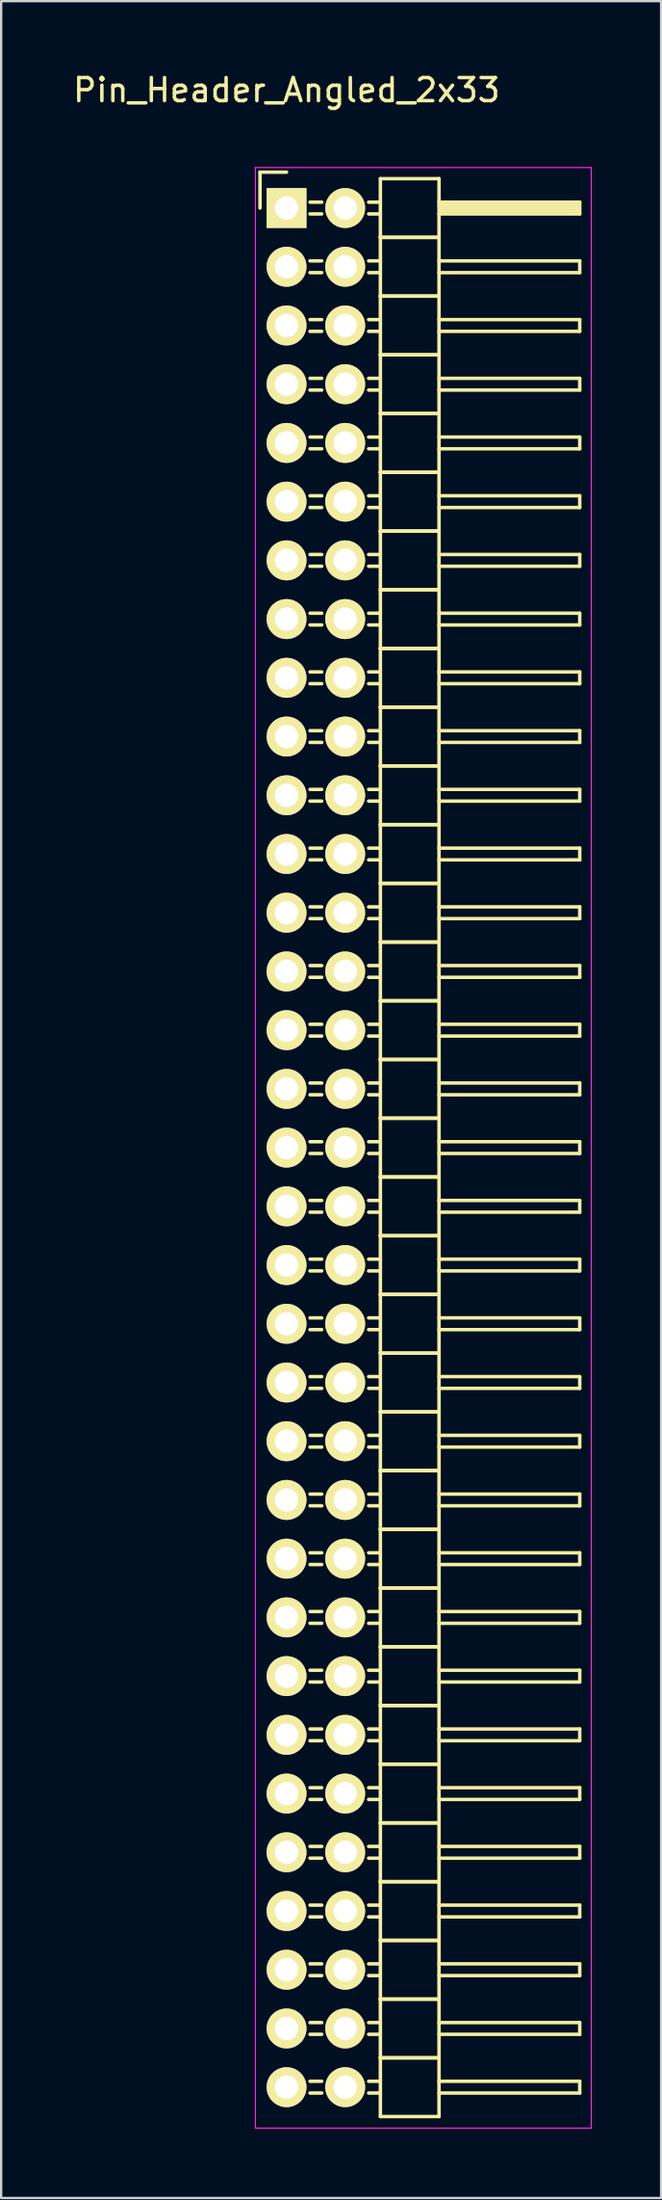
<source format=kicad_pcb>
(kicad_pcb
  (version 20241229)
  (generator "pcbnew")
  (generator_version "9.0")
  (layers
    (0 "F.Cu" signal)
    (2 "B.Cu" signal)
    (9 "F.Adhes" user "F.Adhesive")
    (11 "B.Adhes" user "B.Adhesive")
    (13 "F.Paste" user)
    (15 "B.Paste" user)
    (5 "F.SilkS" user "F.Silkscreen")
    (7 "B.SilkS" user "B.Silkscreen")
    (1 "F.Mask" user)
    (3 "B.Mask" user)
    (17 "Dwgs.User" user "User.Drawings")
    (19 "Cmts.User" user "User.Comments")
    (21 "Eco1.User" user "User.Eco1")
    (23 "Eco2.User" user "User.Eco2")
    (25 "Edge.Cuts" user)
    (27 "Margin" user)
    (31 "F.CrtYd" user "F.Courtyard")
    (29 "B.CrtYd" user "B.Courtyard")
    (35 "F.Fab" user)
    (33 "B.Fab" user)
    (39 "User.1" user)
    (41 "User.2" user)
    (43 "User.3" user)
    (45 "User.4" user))
  (footprint "Pin_Header_Angled_2x33"
    (layer "F.Cu")
    (at 9.363 5.948)
    (property "Reference" "Pin_Header_Angled_2x33" (at 0 -5.1 0) (layer "F.SilkS") (effects (font (size 1 1) (thickness 0.15))))
    (attr through_hole)
    (fp_line (start -1.15 -1.55) (end -1.15 0) (stroke (width 0.15) (type solid)) (layer "F.SilkS"))
    (fp_line (start 0 -1.55) (end -1.15 -1.55) (stroke (width 0.15) (type solid)) (layer "F.SilkS"))
    (fp_line (start 1.524 -0.254) (end 1.016 -0.254) (stroke (width 0.15) (type solid)) (layer "F.SilkS"))
    (fp_line (start 1.524 0.254) (end 1.016 0.254) (stroke (width 0.15) (type solid)) (layer "F.SilkS"))
    (fp_line (start 1.524 2.286) (end 1.016 2.286) (stroke (width 0.15) (type solid)) (layer "F.SilkS"))
    (fp_line (start 1.524 2.794) (end 1.016 2.794) (stroke (width 0.15) (type solid)) (layer "F.SilkS"))
    (fp_line (start 1.524 4.826) (end 1.016 4.826) (stroke (width 0.15) (type solid)) (layer "F.SilkS"))
    (fp_line (start 1.524 5.334) (end 1.016 5.334) (stroke (width 0.15) (type solid)) (layer "F.SilkS"))
    (fp_line (start 1.524 7.366) (end 1.016 7.366) (stroke (width 0.15) (type solid)) (layer "F.SilkS"))
    (fp_line (start 1.524 7.874) (end 1.016 7.874) (stroke (width 0.15) (type solid)) (layer "F.SilkS"))
    (fp_line (start 1.524 9.906) (end 1.016 9.906) (stroke (width 0.15) (type solid)) (layer "F.SilkS"))
    (fp_line (start 1.524 10.414) (end 1.016 10.414) (stroke (width 0.15) (type solid)) (layer "F.SilkS"))
    (fp_line (start 1.524 12.446) (end 1.016 12.446) (stroke (width 0.15) (type solid)) (layer "F.SilkS"))
    (fp_line (start 1.524 12.954) (end 1.016 12.954) (stroke (width 0.15) (type solid)) (layer "F.SilkS"))
    (fp_line (start 1.524 14.986) (end 1.016 14.986) (stroke (width 0.15) (type solid)) (layer "F.SilkS"))
    (fp_line (start 1.524 15.494) (end 1.016 15.494) (stroke (width 0.15) (type solid)) (layer "F.SilkS"))
    (fp_line (start 1.524 17.526) (end 1.016 17.526) (stroke (width 0.15) (type solid)) (layer "F.SilkS"))
    (fp_line (start 1.524 18.034) (end 1.016 18.034) (stroke (width 0.15) (type solid)) (layer "F.SilkS"))
    (fp_line (start 1.524 20.066) (end 1.016 20.066) (stroke (width 0.15) (type solid)) (layer "F.SilkS"))
    (fp_line (start 1.524 20.574) (end 1.016 20.574) (stroke (width 0.15) (type solid)) (layer "F.SilkS"))
    (fp_line (start 1.524 22.606) (end 1.016 22.606) (stroke (width 0.15) (type solid)) (layer "F.SilkS"))
    (fp_line (start 1.524 23.114) (end 1.016 23.114) (stroke (width 0.15) (type solid)) (layer "F.SilkS"))
    (fp_line (start 1.524 25.146) (end 1.016 25.146) (stroke (width 0.15) (type solid)) (layer "F.SilkS"))
    (fp_line (start 1.524 25.654) (end 1.016 25.654) (stroke (width 0.15) (type solid)) (layer "F.SilkS"))
    (fp_line (start 1.524 27.686) (end 1.016 27.686) (stroke (width 0.15) (type solid)) (layer "F.SilkS"))
    (fp_line (start 1.524 28.194) (end 1.016 28.194) (stroke (width 0.15) (type solid)) (layer "F.SilkS"))
    (fp_line (start 1.524 30.226) (end 1.016 30.226) (stroke (width 0.15) (type solid)) (layer "F.SilkS"))
    (fp_line (start 1.524 30.734) (end 1.016 30.734) (stroke (width 0.15) (type solid)) (layer "F.SilkS"))
    (fp_line (start 1.524 32.766) (end 1.016 32.766) (stroke (width 0.15) (type solid)) (layer "F.SilkS"))
    (fp_line (start 1.524 33.274) (end 1.016 33.274) (stroke (width 0.15) (type solid)) (layer "F.SilkS"))
    (fp_line (start 1.524 35.306) (end 1.016 35.306) (stroke (width 0.15) (type solid)) (layer "F.SilkS"))
    (fp_line (start 1.524 35.814) (end 1.016 35.814) (stroke (width 0.15) (type solid)) (layer "F.SilkS"))
    (fp_line (start 1.524 37.846) (end 1.016 37.846) (stroke (width 0.15) (type solid)) (layer "F.SilkS"))
    (fp_line (start 1.524 38.354) (end 1.016 38.354) (stroke (width 0.15) (type solid)) (layer "F.SilkS"))
    (fp_line (start 1.524 40.386) (end 1.016 40.386) (stroke (width 0.15) (type solid)) (layer "F.SilkS"))
    (fp_line (start 1.524 40.894) (end 1.016 40.894) (stroke (width 0.15) (type solid)) (layer "F.SilkS"))
    (fp_line (start 1.524 42.926) (end 1.016 42.926) (stroke (width 0.15) (type solid)) (layer "F.SilkS"))
    (fp_line (start 1.524 43.434) (end 1.016 43.434) (stroke (width 0.15) (type solid)) (layer "F.SilkS"))
    (fp_line (start 1.524 45.466) (end 1.016 45.466) (stroke (width 0.15) (type solid)) (layer "F.SilkS"))
    (fp_line (start 1.524 45.974) (end 1.016 45.974) (stroke (width 0.15) (type solid)) (layer "F.SilkS"))
    (fp_line (start 1.524 48.006) (end 1.016 48.006) (stroke (width 0.15) (type solid)) (layer "F.SilkS"))
    (fp_line (start 1.524 48.514) (end 1.016 48.514) (stroke (width 0.15) (type solid)) (layer "F.SilkS"))
    (fp_line (start 1.524 50.546) (end 1.016 50.546) (stroke (width 0.15) (type solid)) (layer "F.SilkS"))
    (fp_line (start 1.524 51.054) (end 1.016 51.054) (stroke (width 0.15) (type solid)) (layer "F.SilkS"))
    (fp_line (start 1.524 53.086) (end 1.016 53.086) (stroke (width 0.15) (type solid)) (layer "F.SilkS"))
    (fp_line (start 1.524 53.594) (end 1.016 53.594) (stroke (width 0.15) (type solid)) (layer "F.SilkS"))
    (fp_line (start 1.524 55.626) (end 1.016 55.626) (stroke (width 0.15) (type solid)) (layer "F.SilkS"))
    (fp_line (start 1.524 56.134) (end 1.016 56.134) (stroke (width 0.15) (type solid)) (layer "F.SilkS"))
    (fp_line (start 1.524 58.166) (end 1.016 58.166) (stroke (width 0.15) (type solid)) (layer "F.SilkS"))
    (fp_line (start 1.524 58.674) (end 1.016 58.674) (stroke (width 0.15) (type solid)) (layer "F.SilkS"))
    (fp_line (start 1.524 60.706) (end 1.016 60.706) (stroke (width 0.15) (type solid)) (layer "F.SilkS"))
    (fp_line (start 1.524 61.214) (end 1.016 61.214) (stroke (width 0.15) (type solid)) (layer "F.SilkS"))
    (fp_line (start 1.524 63.246) (end 1.016 63.246) (stroke (width 0.15) (type solid)) (layer "F.SilkS"))
    (fp_line (start 1.524 63.754) (end 1.016 63.754) (stroke (width 0.15) (type solid)) (layer "F.SilkS"))
    (fp_line (start 1.524 65.786) (end 1.016 65.786) (stroke (width 0.15) (type solid)) (layer "F.SilkS"))
    (fp_line (start 1.524 66.294) (end 1.016 66.294) (stroke (width 0.15) (type solid)) (layer "F.SilkS"))
    (fp_line (start 1.524 68.326) (end 1.016 68.326) (stroke (width 0.15) (type solid)) (layer "F.SilkS"))
    (fp_line (start 1.524 68.834) (end 1.016 68.834) (stroke (width 0.15) (type solid)) (layer "F.SilkS"))
    (fp_line (start 1.524 70.866) (end 1.016 70.866) (stroke (width 0.15) (type solid)) (layer "F.SilkS"))
    (fp_line (start 1.524 71.374) (end 1.016 71.374) (stroke (width 0.15) (type solid)) (layer "F.SilkS"))
    (fp_line (start 1.524 73.406) (end 1.016 73.406) (stroke (width 0.15) (type solid)) (layer "F.SilkS"))
    (fp_line (start 1.524 73.914) (end 1.016 73.914) (stroke (width 0.15) (type solid)) (layer "F.SilkS"))
    (fp_line (start 1.524 75.946) (end 1.016 75.946) (stroke (width 0.15) (type solid)) (layer "F.SilkS"))
    (fp_line (start 1.524 76.454) (end 1.016 76.454) (stroke (width 0.15) (type solid)) (layer "F.SilkS"))
    (fp_line (start 1.524 78.486) (end 1.016 78.486) (stroke (width 0.15) (type solid)) (layer "F.SilkS"))
    (fp_line (start 1.524 78.994) (end 1.016 78.994) (stroke (width 0.15) (type solid)) (layer "F.SilkS"))
    (fp_line (start 1.524 81.026) (end 1.016 81.026) (stroke (width 0.15) (type solid)) (layer "F.SilkS"))
    (fp_line (start 1.524 81.534) (end 1.016 81.534) (stroke (width 0.15) (type solid)) (layer "F.SilkS"))
    (fp_line (start 4.064 -1.27) (end 4.064 1.27) (stroke (width 0.15) (type solid)) (layer "F.SilkS"))
    (fp_line (start 4.064 -1.27) (end 6.604 -1.27) (stroke (width 0.15) (type solid)) (layer "F.SilkS"))
    (fp_line (start 4.064 -0.254) (end 3.556 -0.254) (stroke (width 0.15) (type solid)) (layer "F.SilkS"))
    (fp_line (start 4.064 0.254) (end 3.556 0.254) (stroke (width 0.15) (type solid)) (layer "F.SilkS"))
    (fp_line (start 4.064 1.27) (end 4.064 3.81) (stroke (width 0.15) (type solid)) (layer "F.SilkS"))
    (fp_line (start 4.064 1.27) (end 6.604 1.27) (stroke (width 0.15) (type solid)) (layer "F.SilkS"))
    (fp_line (start 4.064 1.27) (end 6.604 1.27) (stroke (width 0.15) (type solid)) (layer "F.SilkS"))
    (fp_line (start 4.064 2.286) (end 3.556 2.286) (stroke (width 0.15) (type solid)) (layer "F.SilkS"))
    (fp_line (start 4.064 2.794) (end 3.556 2.794) (stroke (width 0.15) (type solid)) (layer "F.SilkS"))
    (fp_line (start 4.064 3.81) (end 4.064 6.35) (stroke (width 0.15) (type solid)) (layer "F.SilkS"))
    (fp_line (start 4.064 3.81) (end 6.604 3.81) (stroke (width 0.15) (type solid)) (layer "F.SilkS"))
    (fp_line (start 4.064 3.81) (end 6.604 3.81) (stroke (width 0.15) (type solid)) (layer "F.SilkS"))
    (fp_line (start 4.064 4.826) (end 3.556 4.826) (stroke (width 0.15) (type solid)) (layer "F.SilkS"))
    (fp_line (start 4.064 5.334) (end 3.556 5.334) (stroke (width 0.15) (type solid)) (layer "F.SilkS"))
    (fp_line (start 4.064 6.35) (end 4.064 8.89) (stroke (width 0.15) (type solid)) (layer "F.SilkS"))
    (fp_line (start 4.064 6.35) (end 6.604 6.35) (stroke (width 0.15) (type solid)) (layer "F.SilkS"))
    (fp_line (start 4.064 6.35) (end 6.604 6.35) (stroke (width 0.15) (type solid)) (layer "F.SilkS"))
    (fp_line (start 4.064 7.366) (end 3.556 7.366) (stroke (width 0.15) (type solid)) (layer "F.SilkS"))
    (fp_line (start 4.064 7.874) (end 3.556 7.874) (stroke (width 0.15) (type solid)) (layer "F.SilkS"))
    (fp_line (start 4.064 8.89) (end 4.064 11.43) (stroke (width 0.15) (type solid)) (layer "F.SilkS"))
    (fp_line (start 4.064 8.89) (end 6.604 8.89) (stroke (width 0.15) (type solid)) (layer "F.SilkS"))
    (fp_line (start 4.064 8.89) (end 6.604 8.89) (stroke (width 0.15) (type solid)) (layer "F.SilkS"))
    (fp_line (start 4.064 9.906) (end 3.556 9.906) (stroke (width 0.15) (type solid)) (layer "F.SilkS"))
    (fp_line (start 4.064 10.414) (end 3.556 10.414) (stroke (width 0.15) (type solid)) (layer "F.SilkS"))
    (fp_line (start 4.064 11.43) (end 4.064 13.97) (stroke (width 0.15) (type solid)) (layer "F.SilkS"))
    (fp_line (start 4.064 11.43) (end 6.604 11.43) (stroke (width 0.15) (type solid)) (layer "F.SilkS"))
    (fp_line (start 4.064 11.43) (end 6.604 11.43) (stroke (width 0.15) (type solid)) (layer "F.SilkS"))
    (fp_line (start 4.064 12.446) (end 3.556 12.446) (stroke (width 0.15) (type solid)) (layer "F.SilkS"))
    (fp_line (start 4.064 12.954) (end 3.556 12.954) (stroke (width 0.15) (type solid)) (layer "F.SilkS"))
    (fp_line (start 4.064 13.97) (end 4.064 16.51) (stroke (width 0.15) (type solid)) (layer "F.SilkS"))
    (fp_line (start 4.064 13.97) (end 6.604 13.97) (stroke (width 0.15) (type solid)) (layer "F.SilkS"))
    (fp_line (start 4.064 13.97) (end 6.604 13.97) (stroke (width 0.15) (type solid)) (layer "F.SilkS"))
    (fp_line (start 4.064 14.986) (end 3.556 14.986) (stroke (width 0.15) (type solid)) (layer "F.SilkS"))
    (fp_line (start 4.064 15.494) (end 3.556 15.494) (stroke (width 0.15) (type solid)) (layer "F.SilkS"))
    (fp_line (start 4.064 16.51) (end 4.064 19.05) (stroke (width 0.15) (type solid)) (layer "F.SilkS"))
    (fp_line (start 4.064 16.51) (end 6.604 16.51) (stroke (width 0.15) (type solid)) (layer "F.SilkS"))
    (fp_line (start 4.064 16.51) (end 6.604 16.51) (stroke (width 0.15) (type solid)) (layer "F.SilkS"))
    (fp_line (start 4.064 17.526) (end 3.556 17.526) (stroke (width 0.15) (type solid)) (layer "F.SilkS"))
    (fp_line (start 4.064 18.034) (end 3.556 18.034) (stroke (width 0.15) (type solid)) (layer "F.SilkS"))
    (fp_line (start 4.064 19.05) (end 4.064 21.59) (stroke (width 0.15) (type solid)) (layer "F.SilkS"))
    (fp_line (start 4.064 19.05) (end 6.604 19.05) (stroke (width 0.15) (type solid)) (layer "F.SilkS"))
    (fp_line (start 4.064 19.05) (end 6.604 19.05) (stroke (width 0.15) (type solid)) (layer "F.SilkS"))
    (fp_line (start 4.064 20.066) (end 3.556 20.066) (stroke (width 0.15) (type solid)) (layer "F.SilkS"))
    (fp_line (start 4.064 20.574) (end 3.556 20.574) (stroke (width 0.15) (type solid)) (layer "F.SilkS"))
    (fp_line (start 4.064 21.59) (end 4.064 24.13) (stroke (width 0.15) (type solid)) (layer "F.SilkS"))
    (fp_line (start 4.064 21.59) (end 6.604 21.59) (stroke (width 0.15) (type solid)) (layer "F.SilkS"))
    (fp_line (start 4.064 21.59) (end 6.604 21.59) (stroke (width 0.15) (type solid)) (layer "F.SilkS"))
    (fp_line (start 4.064 22.606) (end 3.556 22.606) (stroke (width 0.15) (type solid)) (layer "F.SilkS"))
    (fp_line (start 4.064 23.114) (end 3.556 23.114) (stroke (width 0.15) (type solid)) (layer "F.SilkS"))
    (fp_line (start 4.064 24.13) (end 4.064 26.67) (stroke (width 0.15) (type solid)) (layer "F.SilkS"))
    (fp_line (start 4.064 24.13) (end 6.604 24.13) (stroke (width 0.15) (type solid)) (layer "F.SilkS"))
    (fp_line (start 4.064 24.13) (end 6.604 24.13) (stroke (width 0.15) (type solid)) (layer "F.SilkS"))
    (fp_line (start 4.064 25.146) (end 3.556 25.146) (stroke (width 0.15) (type solid)) (layer "F.SilkS"))
    (fp_line (start 4.064 25.654) (end 3.556 25.654) (stroke (width 0.15) (type solid)) (layer "F.SilkS"))
    (fp_line (start 4.064 26.67) (end 4.064 29.21) (stroke (width 0.15) (type solid)) (layer "F.SilkS"))
    (fp_line (start 4.064 26.67) (end 6.604 26.67) (stroke (width 0.15) (type solid)) (layer "F.SilkS"))
    (fp_line (start 4.064 26.67) (end 6.604 26.67) (stroke (width 0.15) (type solid)) (layer "F.SilkS"))
    (fp_line (start 4.064 27.686) (end 3.556 27.686) (stroke (width 0.15) (type solid)) (layer "F.SilkS"))
    (fp_line (start 4.064 28.194) (end 3.556 28.194) (stroke (width 0.15) (type solid)) (layer "F.SilkS"))
    (fp_line (start 4.064 29.21) (end 4.064 31.75) (stroke (width 0.15) (type solid)) (layer "F.SilkS"))
    (fp_line (start 4.064 29.21) (end 6.604 29.21) (stroke (width 0.15) (type solid)) (layer "F.SilkS"))
    (fp_line (start 4.064 29.21) (end 6.604 29.21) (stroke (width 0.15) (type solid)) (layer "F.SilkS"))
    (fp_line (start 4.064 30.226) (end 3.556 30.226) (stroke (width 0.15) (type solid)) (layer "F.SilkS"))
    (fp_line (start 4.064 30.734) (end 3.556 30.734) (stroke (width 0.15) (type solid)) (layer "F.SilkS"))
    (fp_line (start 4.064 31.75) (end 4.064 34.29) (stroke (width 0.15) (type solid)) (layer "F.SilkS"))
    (fp_line (start 4.064 31.75) (end 6.604 31.75) (stroke (width 0.15) (type solid)) (layer "F.SilkS"))
    (fp_line (start 4.064 31.75) (end 6.604 31.75) (stroke (width 0.15) (type solid)) (layer "F.SilkS"))
    (fp_line (start 4.064 32.766) (end 3.556 32.766) (stroke (width 0.15) (type solid)) (layer "F.SilkS"))
    (fp_line (start 4.064 33.274) (end 3.556 33.274) (stroke (width 0.15) (type solid)) (layer "F.SilkS"))
    (fp_line (start 4.064 34.29) (end 4.064 36.83) (stroke (width 0.15) (type solid)) (layer "F.SilkS"))
    (fp_line (start 4.064 34.29) (end 6.604 34.29) (stroke (width 0.15) (type solid)) (layer "F.SilkS"))
    (fp_line (start 4.064 34.29) (end 6.604 34.29) (stroke (width 0.15) (type solid)) (layer "F.SilkS"))
    (fp_line (start 4.064 35.306) (end 3.556 35.306) (stroke (width 0.15) (type solid)) (layer "F.SilkS"))
    (fp_line (start 4.064 35.814) (end 3.556 35.814) (stroke (width 0.15) (type solid)) (layer "F.SilkS"))
    (fp_line (start 4.064 36.83) (end 4.064 39.37) (stroke (width 0.15) (type solid)) (layer "F.SilkS"))
    (fp_line (start 4.064 36.83) (end 6.604 36.83) (stroke (width 0.15) (type solid)) (layer "F.SilkS"))
    (fp_line (start 4.064 36.83) (end 6.604 36.83) (stroke (width 0.15) (type solid)) (layer "F.SilkS"))
    (fp_line (start 4.064 37.846) (end 3.556 37.846) (stroke (width 0.15) (type solid)) (layer "F.SilkS"))
    (fp_line (start 4.064 38.354) (end 3.556 38.354) (stroke (width 0.15) (type solid)) (layer "F.SilkS"))
    (fp_line (start 4.064 39.37) (end 4.064 41.91) (stroke (width 0.15) (type solid)) (layer "F.SilkS"))
    (fp_line (start 4.064 39.37) (end 6.604 39.37) (stroke (width 0.15) (type solid)) (layer "F.SilkS"))
    (fp_line (start 4.064 39.37) (end 6.604 39.37) (stroke (width 0.15) (type solid)) (layer "F.SilkS"))
    (fp_line (start 4.064 40.386) (end 3.556 40.386) (stroke (width 0.15) (type solid)) (layer "F.SilkS"))
    (fp_line (start 4.064 40.894) (end 3.556 40.894) (stroke (width 0.15) (type solid)) (layer "F.SilkS"))
    (fp_line (start 4.064 41.91) (end 4.064 44.45) (stroke (width 0.15) (type solid)) (layer "F.SilkS"))
    (fp_line (start 4.064 41.91) (end 6.604 41.91) (stroke (width 0.15) (type solid)) (layer "F.SilkS"))
    (fp_line (start 4.064 41.91) (end 6.604 41.91) (stroke (width 0.15) (type solid)) (layer "F.SilkS"))
    (fp_line (start 4.064 42.926) (end 3.556 42.926) (stroke (width 0.15) (type solid)) (layer "F.SilkS"))
    (fp_line (start 4.064 43.434) (end 3.556 43.434) (stroke (width 0.15) (type solid)) (layer "F.SilkS"))
    (fp_line (start 4.064 44.45) (end 4.064 46.99) (stroke (width 0.15) (type solid)) (layer "F.SilkS"))
    (fp_line (start 4.064 44.45) (end 6.604 44.45) (stroke (width 0.15) (type solid)) (layer "F.SilkS"))
    (fp_line (start 4.064 44.45) (end 6.604 44.45) (stroke (width 0.15) (type solid)) (layer "F.SilkS"))
    (fp_line (start 4.064 45.466) (end 3.556 45.466) (stroke (width 0.15) (type solid)) (layer "F.SilkS"))
    (fp_line (start 4.064 45.974) (end 3.556 45.974) (stroke (width 0.15) (type solid)) (layer "F.SilkS"))
    (fp_line (start 4.064 46.99) (end 4.064 49.53) (stroke (width 0.15) (type solid)) (layer "F.SilkS"))
    (fp_line (start 4.064 46.99) (end 6.604 46.99) (stroke (width 0.15) (type solid)) (layer "F.SilkS"))
    (fp_line (start 4.064 46.99) (end 6.604 46.99) (stroke (width 0.15) (type solid)) (layer "F.SilkS"))
    (fp_line (start 4.064 48.006) (end 3.556 48.006) (stroke (width 0.15) (type solid)) (layer "F.SilkS"))
    (fp_line (start 4.064 48.514) (end 3.556 48.514) (stroke (width 0.15) (type solid)) (layer "F.SilkS"))
    (fp_line (start 4.064 49.53) (end 4.064 52.07) (stroke (width 0.15) (type solid)) (layer "F.SilkS"))
    (fp_line (start 4.064 49.53) (end 6.604 49.53) (stroke (width 0.15) (type solid)) (layer "F.SilkS"))
    (fp_line (start 4.064 49.53) (end 6.604 49.53) (stroke (width 0.15) (type solid)) (layer "F.SilkS"))
    (fp_line (start 4.064 50.546) (end 3.556 50.546) (stroke (width 0.15) (type solid)) (layer "F.SilkS"))
    (fp_line (start 4.064 51.054) (end 3.556 51.054) (stroke (width 0.15) (type solid)) (layer "F.SilkS"))
    (fp_line (start 4.064 52.07) (end 4.064 54.61) (stroke (width 0.15) (type solid)) (layer "F.SilkS"))
    (fp_line (start 4.064 52.07) (end 6.604 52.07) (stroke (width 0.15) (type solid)) (layer "F.SilkS"))
    (fp_line (start 4.064 52.07) (end 6.604 52.07) (stroke (width 0.15) (type solid)) (layer "F.SilkS"))
    (fp_line (start 4.064 53.086) (end 3.556 53.086) (stroke (width 0.15) (type solid)) (layer "F.SilkS"))
    (fp_line (start 4.064 53.594) (end 3.556 53.594) (stroke (width 0.15) (type solid)) (layer "F.SilkS"))
    (fp_line (start 4.064 54.61) (end 4.064 57.15) (stroke (width 0.15) (type solid)) (layer "F.SilkS"))
    (fp_line (start 4.064 54.61) (end 6.604 54.61) (stroke (width 0.15) (type solid)) (layer "F.SilkS"))
    (fp_line (start 4.064 54.61) (end 6.604 54.61) (stroke (width 0.15) (type solid)) (layer "F.SilkS"))
    (fp_line (start 4.064 55.626) (end 3.556 55.626) (stroke (width 0.15) (type solid)) (layer "F.SilkS"))
    (fp_line (start 4.064 56.134) (end 3.556 56.134) (stroke (width 0.15) (type solid)) (layer "F.SilkS"))
    (fp_line (start 4.064 57.15) (end 4.064 59.69) (stroke (width 0.15) (type solid)) (layer "F.SilkS"))
    (fp_line (start 4.064 57.15) (end 6.604 57.15) (stroke (width 0.15) (type solid)) (layer "F.SilkS"))
    (fp_line (start 4.064 57.15) (end 6.604 57.15) (stroke (width 0.15) (type solid)) (layer "F.SilkS"))
    (fp_line (start 4.064 58.166) (end 3.556 58.166) (stroke (width 0.15) (type solid)) (layer "F.SilkS"))
    (fp_line (start 4.064 58.674) (end 3.556 58.674) (stroke (width 0.15) (type solid)) (layer "F.SilkS"))
    (fp_line (start 4.064 59.69) (end 4.064 62.23) (stroke (width 0.15) (type solid)) (layer "F.SilkS"))
    (fp_line (start 4.064 59.69) (end 6.604 59.69) (stroke (width 0.15) (type solid)) (layer "F.SilkS"))
    (fp_line (start 4.064 59.69) (end 6.604 59.69) (stroke (width 0.15) (type solid)) (layer "F.SilkS"))
    (fp_line (start 4.064 60.706) (end 3.556 60.706) (stroke (width 0.15) (type solid)) (layer "F.SilkS"))
    (fp_line (start 4.064 61.214) (end 3.556 61.214) (stroke (width 0.15) (type solid)) (layer "F.SilkS"))
    (fp_line (start 4.064 62.23) (end 4.064 64.77) (stroke (width 0.15) (type solid)) (layer "F.SilkS"))
    (fp_line (start 4.064 62.23) (end 6.604 62.23) (stroke (width 0.15) (type solid)) (layer "F.SilkS"))
    (fp_line (start 4.064 62.23) (end 6.604 62.23) (stroke (width 0.15) (type solid)) (layer "F.SilkS"))
    (fp_line (start 4.064 63.246) (end 3.556 63.246) (stroke (width 0.15) (type solid)) (layer "F.SilkS"))
    (fp_line (start 4.064 63.754) (end 3.556 63.754) (stroke (width 0.15) (type solid)) (layer "F.SilkS"))
    (fp_line (start 4.064 64.77) (end 4.064 67.31) (stroke (width 0.15) (type solid)) (layer "F.SilkS"))
    (fp_line (start 4.064 64.77) (end 6.604 64.77) (stroke (width 0.15) (type solid)) (layer "F.SilkS"))
    (fp_line (start 4.064 64.77) (end 6.604 64.77) (stroke (width 0.15) (type solid)) (layer "F.SilkS"))
    (fp_line (start 4.064 65.786) (end 3.556 65.786) (stroke (width 0.15) (type solid)) (layer "F.SilkS"))
    (fp_line (start 4.064 66.294) (end 3.556 66.294) (stroke (width 0.15) (type solid)) (layer "F.SilkS"))
    (fp_line (start 4.064 67.31) (end 4.064 69.85) (stroke (width 0.15) (type solid)) (layer "F.SilkS"))
    (fp_line (start 4.064 67.31) (end 6.604 67.31) (stroke (width 0.15) (type solid)) (layer "F.SilkS"))
    (fp_line (start 4.064 67.31) (end 6.604 67.31) (stroke (width 0.15) (type solid)) (layer "F.SilkS"))
    (fp_line (start 4.064 68.326) (end 3.556 68.326) (stroke (width 0.15) (type solid)) (layer "F.SilkS"))
    (fp_line (start 4.064 68.834) (end 3.556 68.834) (stroke (width 0.15) (type solid)) (layer "F.SilkS"))
    (fp_line (start 4.064 69.85) (end 4.064 72.39) (stroke (width 0.15) (type solid)) (layer "F.SilkS"))
    (fp_line (start 4.064 69.85) (end 6.604 69.85) (stroke (width 0.15) (type solid)) (layer "F.SilkS"))
    (fp_line (start 4.064 69.85) (end 6.604 69.85) (stroke (width 0.15) (type solid)) (layer "F.SilkS"))
    (fp_line (start 4.064 70.866) (end 3.556 70.866) (stroke (width 0.15) (type solid)) (layer "F.SilkS"))
    (fp_line (start 4.064 71.374) (end 3.556 71.374) (stroke (width 0.15) (type solid)) (layer "F.SilkS"))
    (fp_line (start 4.064 72.39) (end 4.064 74.93) (stroke (width 0.15) (type solid)) (layer "F.SilkS"))
    (fp_line (start 4.064 72.39) (end 6.604 72.39) (stroke (width 0.15) (type solid)) (layer "F.SilkS"))
    (fp_line (start 4.064 72.39) (end 6.604 72.39) (stroke (width 0.15) (type solid)) (layer "F.SilkS"))
    (fp_line (start 4.064 73.406) (end 3.556 73.406) (stroke (width 0.15) (type solid)) (layer "F.SilkS"))
    (fp_line (start 4.064 73.914) (end 3.556 73.914) (stroke (width 0.15) (type solid)) (layer "F.SilkS"))
    (fp_line (start 4.064 74.93) (end 4.064 77.47) (stroke (width 0.15) (type solid)) (layer "F.SilkS"))
    (fp_line (start 4.064 74.93) (end 6.604 74.93) (stroke (width 0.15) (type solid)) (layer "F.SilkS"))
    (fp_line (start 4.064 74.93) (end 6.604 74.93) (stroke (width 0.15) (type solid)) (layer "F.SilkS"))
    (fp_line (start 4.064 75.946) (end 3.556 75.946) (stroke (width 0.15) (type solid)) (layer "F.SilkS"))
    (fp_line (start 4.064 76.454) (end 3.556 76.454) (stroke (width 0.15) (type solid)) (layer "F.SilkS"))
    (fp_line (start 4.064 77.47) (end 4.064 80.01) (stroke (width 0.15) (type solid)) (layer "F.SilkS"))
    (fp_line (start 4.064 77.47) (end 6.604 77.47) (stroke (width 0.15) (type solid)) (layer "F.SilkS"))
    (fp_line (start 4.064 77.47) (end 6.604 77.47) (stroke (width 0.15) (type solid)) (layer "F.SilkS"))
    (fp_line (start 4.064 78.486) (end 3.556 78.486) (stroke (width 0.15) (type solid)) (layer "F.SilkS"))
    (fp_line (start 4.064 78.994) (end 3.556 78.994) (stroke (width 0.15) (type solid)) (layer "F.SilkS"))
    (fp_line (start 4.064 80.01) (end 4.064 82.55) (stroke (width 0.15) (type solid)) (layer "F.SilkS"))
    (fp_line (start 4.064 80.01) (end 6.604 80.01) (stroke (width 0.15) (type solid)) (layer "F.SilkS"))
    (fp_line (start 4.064 80.01) (end 6.604 80.01) (stroke (width 0.15) (type solid)) (layer "F.SilkS"))
    (fp_line (start 4.064 81.026) (end 3.556 81.026) (stroke (width 0.15) (type solid)) (layer "F.SilkS"))
    (fp_line (start 4.064 81.534) (end 3.556 81.534) (stroke (width 0.15) (type solid)) (layer "F.SilkS"))
    (fp_line (start 4.064 82.55) (end 6.604 82.55) (stroke (width 0.15) (type solid)) (layer "F.SilkS"))
    (fp_line (start 6.604 -0.254) (end 12.7 -0.254) (stroke (width 0.15) (type solid)) (layer "F.SilkS"))
    (fp_line (start 6.604 -0.127) (end 12.573 -0.127) (stroke (width 0.15) (type solid)) (layer "F.SilkS"))
    (fp_line (start 6.604 1.27) (end 6.604 -1.27) (stroke (width 0.15) (type solid)) (layer "F.SilkS"))
    (fp_line (start 6.604 2.286) (end 12.7 2.286) (stroke (width 0.15) (type solid)) (layer "F.SilkS"))
    (fp_line (start 6.604 3.81) (end 6.604 1.27) (stroke (width 0.15) (type solid)) (layer "F.SilkS"))
    (fp_line (start 6.604 4.826) (end 12.7 4.826) (stroke (width 0.15) (type solid)) (layer "F.SilkS"))
    (fp_line (start 6.604 6.35) (end 6.604 3.81) (stroke (width 0.15) (type solid)) (layer "F.SilkS"))
    (fp_line (start 6.604 7.366) (end 12.7 7.366) (stroke (width 0.15) (type solid)) (layer "F.SilkS"))
    (fp_line (start 6.604 8.89) (end 6.604 6.35) (stroke (width 0.15) (type solid)) (layer "F.SilkS"))
    (fp_line (start 6.604 9.906) (end 12.7 9.906) (stroke (width 0.15) (type solid)) (layer "F.SilkS"))
    (fp_line (start 6.604 11.43) (end 6.604 8.89) (stroke (width 0.15) (type solid)) (layer "F.SilkS"))
    (fp_line (start 6.604 12.446) (end 12.7 12.446) (stroke (width 0.15) (type solid)) (layer "F.SilkS"))
    (fp_line (start 6.604 13.97) (end 6.604 11.43) (stroke (width 0.15) (type solid)) (layer "F.SilkS"))
    (fp_line (start 6.604 14.986) (end 12.7 14.986) (stroke (width 0.15) (type solid)) (layer "F.SilkS"))
    (fp_line (start 6.604 16.51) (end 6.604 13.97) (stroke (width 0.15) (type solid)) (layer "F.SilkS"))
    (fp_line (start 6.604 17.526) (end 12.7 17.526) (stroke (width 0.15) (type solid)) (layer "F.SilkS"))
    (fp_line (start 6.604 19.05) (end 6.604 16.51) (stroke (width 0.15) (type solid)) (layer "F.SilkS"))
    (fp_line (start 6.604 20.066) (end 12.7 20.066) (stroke (width 0.15) (type solid)) (layer "F.SilkS"))
    (fp_line (start 6.604 21.59) (end 6.604 19.05) (stroke (width 0.15) (type solid)) (layer "F.SilkS"))
    (fp_line (start 6.604 22.606) (end 12.7 22.606) (stroke (width 0.15) (type solid)) (layer "F.SilkS"))
    (fp_line (start 6.604 24.13) (end 6.604 21.59) (stroke (width 0.15) (type solid)) (layer "F.SilkS"))
    (fp_line (start 6.604 25.146) (end 12.7 25.146) (stroke (width 0.15) (type solid)) (layer "F.SilkS"))
    (fp_line (start 6.604 26.67) (end 6.604 24.13) (stroke (width 0.15) (type solid)) (layer "F.SilkS"))
    (fp_line (start 6.604 27.686) (end 12.7 27.686) (stroke (width 0.15) (type solid)) (layer "F.SilkS"))
    (fp_line (start 6.604 29.21) (end 6.604 26.67) (stroke (width 0.15) (type solid)) (layer "F.SilkS"))
    (fp_line (start 6.604 30.226) (end 12.7 30.226) (stroke (width 0.15) (type solid)) (layer "F.SilkS"))
    (fp_line (start 6.604 31.75) (end 6.604 29.21) (stroke (width 0.15) (type solid)) (layer "F.SilkS"))
    (fp_line (start 6.604 32.766) (end 12.7 32.766) (stroke (width 0.15) (type solid)) (layer "F.SilkS"))
    (fp_line (start 6.604 34.29) (end 6.604 31.75) (stroke (width 0.15) (type solid)) (layer "F.SilkS"))
    (fp_line (start 6.604 35.306) (end 12.7 35.306) (stroke (width 0.15) (type solid)) (layer "F.SilkS"))
    (fp_line (start 6.604 36.83) (end 6.604 34.29) (stroke (width 0.15) (type solid)) (layer "F.SilkS"))
    (fp_line (start 6.604 37.846) (end 12.7 37.846) (stroke (width 0.15) (type solid)) (layer "F.SilkS"))
    (fp_line (start 6.604 39.37) (end 6.604 36.83) (stroke (width 0.15) (type solid)) (layer "F.SilkS"))
    (fp_line (start 6.604 40.386) (end 12.7 40.386) (stroke (width 0.15) (type solid)) (layer "F.SilkS"))
    (fp_line (start 6.604 41.91) (end 6.604 39.37) (stroke (width 0.15) (type solid)) (layer "F.SilkS"))
    (fp_line (start 6.604 42.926) (end 12.7 42.926) (stroke (width 0.15) (type solid)) (layer "F.SilkS"))
    (fp_line (start 6.604 44.45) (end 6.604 41.91) (stroke (width 0.15) (type solid)) (layer "F.SilkS"))
    (fp_line (start 6.604 45.466) (end 12.7 45.466) (stroke (width 0.15) (type solid)) (layer "F.SilkS"))
    (fp_line (start 6.604 46.99) (end 6.604 44.45) (stroke (width 0.15) (type solid)) (layer "F.SilkS"))
    (fp_line (start 6.604 48.006) (end 12.7 48.006) (stroke (width 0.15) (type solid)) (layer "F.SilkS"))
    (fp_line (start 6.604 49.53) (end 6.604 46.99) (stroke (width 0.15) (type solid)) (layer "F.SilkS"))
    (fp_line (start 6.604 50.546) (end 12.7 50.546) (stroke (width 0.15) (type solid)) (layer "F.SilkS"))
    (fp_line (start 6.604 52.07) (end 6.604 49.53) (stroke (width 0.15) (type solid)) (layer "F.SilkS"))
    (fp_line (start 6.604 53.086) (end 12.7 53.086) (stroke (width 0.15) (type solid)) (layer "F.SilkS"))
    (fp_line (start 6.604 54.61) (end 6.604 52.07) (stroke (width 0.15) (type solid)) (layer "F.SilkS"))
    (fp_line (start 6.604 55.626) (end 12.7 55.626) (stroke (width 0.15) (type solid)) (layer "F.SilkS"))
    (fp_line (start 6.604 57.15) (end 6.604 54.61) (stroke (width 0.15) (type solid)) (layer "F.SilkS"))
    (fp_line (start 6.604 58.166) (end 12.7 58.166) (stroke (width 0.15) (type solid)) (layer "F.SilkS"))
    (fp_line (start 6.604 59.69) (end 6.604 57.15) (stroke (width 0.15) (type solid)) (layer "F.SilkS"))
    (fp_line (start 6.604 60.706) (end 12.7 60.706) (stroke (width 0.15) (type solid)) (layer "F.SilkS"))
    (fp_line (start 6.604 62.23) (end 6.604 59.69) (stroke (width 0.15) (type solid)) (layer "F.SilkS"))
    (fp_line (start 6.604 63.246) (end 12.7 63.246) (stroke (width 0.15) (type solid)) (layer "F.SilkS"))
    (fp_line (start 6.604 64.77) (end 6.604 62.23) (stroke (width 0.15) (type solid)) (layer "F.SilkS"))
    (fp_line (start 6.604 65.786) (end 12.7 65.786) (stroke (width 0.15) (type solid)) (layer "F.SilkS"))
    (fp_line (start 6.604 67.31) (end 6.604 64.77) (stroke (width 0.15) (type solid)) (layer "F.SilkS"))
    (fp_line (start 6.604 68.326) (end 12.7 68.326) (stroke (width 0.15) (type solid)) (layer "F.SilkS"))
    (fp_line (start 6.604 69.85) (end 6.604 67.31) (stroke (width 0.15) (type solid)) (layer "F.SilkS"))
    (fp_line (start 6.604 70.866) (end 12.7 70.866) (stroke (width 0.15) (type solid)) (layer "F.SilkS"))
    (fp_line (start 6.604 72.39) (end 6.604 69.85) (stroke (width 0.15) (type solid)) (layer "F.SilkS"))
    (fp_line (start 6.604 73.406) (end 12.7 73.406) (stroke (width 0.15) (type solid)) (layer "F.SilkS"))
    (fp_line (start 6.604 74.93) (end 6.604 72.39) (stroke (width 0.15) (type solid)) (layer "F.SilkS"))
    (fp_line (start 6.604 75.946) (end 12.7 75.946) (stroke (width 0.15) (type solid)) (layer "F.SilkS"))
    (fp_line (start 6.604 77.47) (end 6.604 74.93) (stroke (width 0.15) (type solid)) (layer "F.SilkS"))
    (fp_line (start 6.604 78.486) (end 12.7 78.486) (stroke (width 0.15) (type solid)) (layer "F.SilkS"))
    (fp_line (start 6.604 80.01) (end 6.604 77.47) (stroke (width 0.15) (type solid)) (layer "F.SilkS"))
    (fp_line (start 6.604 81.026) (end 12.7 81.026) (stroke (width 0.15) (type solid)) (layer "F.SilkS"))
    (fp_line (start 6.604 82.55) (end 6.604 80.01) (stroke (width 0.15) (type solid)) (layer "F.SilkS"))
    (fp_line (start 6.731 0) (end 12.573 0) (stroke (width 0.15) (type solid)) (layer "F.SilkS"))
    (fp_line (start 6.731 0.127) (end 6.731 0) (stroke (width 0.15) (type solid)) (layer "F.SilkS"))
    (fp_line (start 12.573 -0.127) (end 12.573 0.127) (stroke (width 0.15) (type solid)) (layer "F.SilkS"))
    (fp_line (start 12.573 0.127) (end 6.731 0.127) (stroke (width 0.15) (type solid)) (layer "F.SilkS"))
    (fp_line (start 12.7 -0.254) (end 12.7 0.254) (stroke (width 0.15) (type solid)) (layer "F.SilkS"))
    (fp_line (start 12.7 0.254) (end 6.604 0.254) (stroke (width 0.15) (type solid)) (layer "F.SilkS"))
    (fp_line (start 12.7 2.286) (end 12.7 2.794) (stroke (width 0.15) (type solid)) (layer "F.SilkS"))
    (fp_line (start 12.7 2.794) (end 6.604 2.794) (stroke (width 0.15) (type solid)) (layer "F.SilkS"))
    (fp_line (start 12.7 4.826) (end 12.7 5.334) (stroke (width 0.15) (type solid)) (layer "F.SilkS"))
    (fp_line (start 12.7 5.334) (end 6.604 5.334) (stroke (width 0.15) (type solid)) (layer "F.SilkS"))
    (fp_line (start 12.7 7.366) (end 12.7 7.874) (stroke (width 0.15) (type solid)) (layer "F.SilkS"))
    (fp_line (start 12.7 7.874) (end 6.604 7.874) (stroke (width 0.15) (type solid)) (layer "F.SilkS"))
    (fp_line (start 12.7 9.906) (end 12.7 10.414) (stroke (width 0.15) (type solid)) (layer "F.SilkS"))
    (fp_line (start 12.7 10.414) (end 6.604 10.414) (stroke (width 0.15) (type solid)) (layer "F.SilkS"))
    (fp_line (start 12.7 12.446) (end 12.7 12.954) (stroke (width 0.15) (type solid)) (layer "F.SilkS"))
    (fp_line (start 12.7 12.954) (end 6.604 12.954) (stroke (width 0.15) (type solid)) (layer "F.SilkS"))
    (fp_line (start 12.7 14.986) (end 12.7 15.494) (stroke (width 0.15) (type solid)) (layer "F.SilkS"))
    (fp_line (start 12.7 15.494) (end 6.604 15.494) (stroke (width 0.15) (type solid)) (layer "F.SilkS"))
    (fp_line (start 12.7 17.526) (end 12.7 18.034) (stroke (width 0.15) (type solid)) (layer "F.SilkS"))
    (fp_line (start 12.7 18.034) (end 6.604 18.034) (stroke (width 0.15) (type solid)) (layer "F.SilkS"))
    (fp_line (start 12.7 20.066) (end 12.7 20.574) (stroke (width 0.15) (type solid)) (layer "F.SilkS"))
    (fp_line (start 12.7 20.574) (end 6.604 20.574) (stroke (width 0.15) (type solid)) (layer "F.SilkS"))
    (fp_line (start 12.7 22.606) (end 12.7 23.114) (stroke (width 0.15) (type solid)) (layer "F.SilkS"))
    (fp_line (start 12.7 23.114) (end 6.604 23.114) (stroke (width 0.15) (type solid)) (layer "F.SilkS"))
    (fp_line (start 12.7 25.146) (end 12.7 25.654) (stroke (width 0.15) (type solid)) (layer "F.SilkS"))
    (fp_line (start 12.7 25.654) (end 6.604 25.654) (stroke (width 0.15) (type solid)) (layer "F.SilkS"))
    (fp_line (start 12.7 27.686) (end 12.7 28.194) (stroke (width 0.15) (type solid)) (layer "F.SilkS"))
    (fp_line (start 12.7 28.194) (end 6.604 28.194) (stroke (width 0.15) (type solid)) (layer "F.SilkS"))
    (fp_line (start 12.7 30.226) (end 12.7 30.734) (stroke (width 0.15) (type solid)) (layer "F.SilkS"))
    (fp_line (start 12.7 30.734) (end 6.604 30.734) (stroke (width 0.15) (type solid)) (layer "F.SilkS"))
    (fp_line (start 12.7 32.766) (end 12.7 33.274) (stroke (width 0.15) (type solid)) (layer "F.SilkS"))
    (fp_line (start 12.7 33.274) (end 6.604 33.274) (stroke (width 0.15) (type solid)) (layer "F.SilkS"))
    (fp_line (start 12.7 35.306) (end 12.7 35.814) (stroke (width 0.15) (type solid)) (layer "F.SilkS"))
    (fp_line (start 12.7 35.814) (end 6.604 35.814) (stroke (width 0.15) (type solid)) (layer "F.SilkS"))
    (fp_line (start 12.7 37.846) (end 12.7 38.354) (stroke (width 0.15) (type solid)) (layer "F.SilkS"))
    (fp_line (start 12.7 38.354) (end 6.604 38.354) (stroke (width 0.15) (type solid)) (layer "F.SilkS"))
    (fp_line (start 12.7 40.386) (end 12.7 40.894) (stroke (width 0.15) (type solid)) (layer "F.SilkS"))
    (fp_line (start 12.7 40.894) (end 6.604 40.894) (stroke (width 0.15) (type solid)) (layer "F.SilkS"))
    (fp_line (start 12.7 42.926) (end 12.7 43.434) (stroke (width 0.15) (type solid)) (layer "F.SilkS"))
    (fp_line (start 12.7 43.434) (end 6.604 43.434) (stroke (width 0.15) (type solid)) (layer "F.SilkS"))
    (fp_line (start 12.7 45.466) (end 12.7 45.974) (stroke (width 0.15) (type solid)) (layer "F.SilkS"))
    (fp_line (start 12.7 45.974) (end 6.604 45.974) (stroke (width 0.15) (type solid)) (layer "F.SilkS"))
    (fp_line (start 12.7 48.006) (end 12.7 48.514) (stroke (width 0.15) (type solid)) (layer "F.SilkS"))
    (fp_line (start 12.7 48.514) (end 6.604 48.514) (stroke (width 0.15) (type solid)) (layer "F.SilkS"))
    (fp_line (start 12.7 50.546) (end 12.7 51.054) (stroke (width 0.15) (type solid)) (layer "F.SilkS"))
    (fp_line (start 12.7 51.054) (end 6.604 51.054) (stroke (width 0.15) (type solid)) (layer "F.SilkS"))
    (fp_line (start 12.7 53.086) (end 12.7 53.594) (stroke (width 0.15) (type solid)) (layer "F.SilkS"))
    (fp_line (start 12.7 53.594) (end 6.604 53.594) (stroke (width 0.15) (type solid)) (layer "F.SilkS"))
    (fp_line (start 12.7 55.626) (end 12.7 56.134) (stroke (width 0.15) (type solid)) (layer "F.SilkS"))
    (fp_line (start 12.7 56.134) (end 6.604 56.134) (stroke (width 0.15) (type solid)) (layer "F.SilkS"))
    (fp_line (start 12.7 58.166) (end 12.7 58.674) (stroke (width 0.15) (type solid)) (layer "F.SilkS"))
    (fp_line (start 12.7 58.674) (end 6.604 58.674) (stroke (width 0.15) (type solid)) (layer "F.SilkS"))
    (fp_line (start 12.7 60.706) (end 12.7 61.214) (stroke (width 0.15) (type solid)) (layer "F.SilkS"))
    (fp_line (start 12.7 61.214) (end 6.604 61.214) (stroke (width 0.15) (type solid)) (layer "F.SilkS"))
    (fp_line (start 12.7 63.246) (end 12.7 63.754) (stroke (width 0.15) (type solid)) (layer "F.SilkS"))
    (fp_line (start 12.7 63.754) (end 6.604 63.754) (stroke (width 0.15) (type solid)) (layer "F.SilkS"))
    (fp_line (start 12.7 65.786) (end 12.7 66.294) (stroke (width 0.15) (type solid)) (layer "F.SilkS"))
    (fp_line (start 12.7 66.294) (end 6.604 66.294) (stroke (width 0.15) (type solid)) (layer "F.SilkS"))
    (fp_line (start 12.7 68.326) (end 12.7 68.834) (stroke (width 0.15) (type solid)) (layer "F.SilkS"))
    (fp_line (start 12.7 68.834) (end 6.604 68.834) (stroke (width 0.15) (type solid)) (layer "F.SilkS"))
    (fp_line (start 12.7 70.866) (end 12.7 71.374) (stroke (width 0.15) (type solid)) (layer "F.SilkS"))
    (fp_line (start 12.7 71.374) (end 6.604 71.374) (stroke (width 0.15) (type solid)) (layer "F.SilkS"))
    (fp_line (start 12.7 73.406) (end 12.7 73.914) (stroke (width 0.15) (type solid)) (layer "F.SilkS"))
    (fp_line (start 12.7 73.914) (end 6.604 73.914) (stroke (width 0.15) (type solid)) (layer "F.SilkS"))
    (fp_line (start 12.7 75.946) (end 12.7 76.454) (stroke (width 0.15) (type solid)) (layer "F.SilkS"))
    (fp_line (start 12.7 76.454) (end 6.604 76.454) (stroke (width 0.15) (type solid)) (layer "F.SilkS"))
    (fp_line (start 12.7 78.486) (end 12.7 78.994) (stroke (width 0.15) (type solid)) (layer "F.SilkS"))
    (fp_line (start 12.7 78.994) (end 6.604 78.994) (stroke (width 0.15) (type solid)) (layer "F.SilkS"))
    (fp_line (start 12.7 81.026) (end 12.7 81.534) (stroke (width 0.15) (type solid)) (layer "F.SilkS"))
    (fp_line (start 12.7 81.534) (end 6.604 81.534) (stroke (width 0.15) (type solid)) (layer "F.SilkS"))
    (fp_line (start -1.35 -1.75) (end -1.35 83.05) (stroke (width 0.05) (type solid)) (layer "F.CrtYd"))
    (fp_line (start -1.35 -1.75) (end 13.2 -1.75) (stroke (width 0.05) (type solid)) (layer "F.CrtYd"))
    (fp_line (start -1.35 83.05) (end 13.2 83.05) (stroke (width 0.05) (type solid)) (layer "F.CrtYd"))
    (fp_line (start 13.2 -1.75) (end 13.2 83.05) (stroke (width 0.05) (type solid)) (layer "F.CrtYd"))
    (pad "1" thru_hole rect (at 0 0) (size 1.727 1.727) (drill 1.016) (layers "*.Cu" "*.Mask" "F.SilkS"))
    (pad "2" thru_hole oval (at 2.54 0) (size 1.727 1.727) (drill 1.016) (layers "*.Cu" "*.Mask" "F.SilkS"))
    (pad "3" thru_hole oval (at 0 2.54) (size 1.727 1.727) (drill 1.016) (layers "*.Cu" "*.Mask" "F.SilkS"))
    (pad "4" thru_hole oval (at 2.54 2.54) (size 1.727 1.727) (drill 1.016) (layers "*.Cu" "*.Mask" "F.SilkS"))
    (pad "5" thru_hole oval (at 0 5.08) (size 1.727 1.727) (drill 1.016) (layers "*.Cu" "*.Mask" "F.SilkS"))
    (pad "6" thru_hole oval (at 2.54 5.08) (size 1.727 1.727) (drill 1.016) (layers "*.Cu" "*.Mask" "F.SilkS"))
    (pad "7" thru_hole oval (at 0 7.62) (size 1.727 1.727) (drill 1.016) (layers "*.Cu" "*.Mask" "F.SilkS"))
    (pad "8" thru_hole oval (at 2.54 7.62) (size 1.727 1.727) (drill 1.016) (layers "*.Cu" "*.Mask" "F.SilkS"))
    (pad "9" thru_hole oval (at 0 10.16) (size 1.727 1.727) (drill 1.016) (layers "*.Cu" "*.Mask" "F.SilkS"))
    (pad "10" thru_hole oval (at 2.54 10.16) (size 1.727 1.727) (drill 1.016) (layers "*.Cu" "*.Mask" "F.SilkS"))
    (pad "11" thru_hole oval (at 0 12.7) (size 1.727 1.727) (drill 1.016) (layers "*.Cu" "*.Mask" "F.SilkS"))
    (pad "12" thru_hole oval (at 2.54 12.7) (size 1.727 1.727) (drill 1.016) (layers "*.Cu" "*.Mask" "F.SilkS"))
    (pad "13" thru_hole oval (at 0 15.24) (size 1.727 1.727) (drill 1.016) (layers "*.Cu" "*.Mask" "F.SilkS"))
    (pad "14" thru_hole oval (at 2.54 15.24) (size 1.727 1.727) (drill 1.016) (layers "*.Cu" "*.Mask" "F.SilkS"))
    (pad "15" thru_hole oval (at 0 17.78) (size 1.727 1.727) (drill 1.016) (layers "*.Cu" "*.Mask" "F.SilkS"))
    (pad "16" thru_hole oval (at 2.54 17.78) (size 1.727 1.727) (drill 1.016) (layers "*.Cu" "*.Mask" "F.SilkS"))
    (pad "17" thru_hole oval (at 0 20.32) (size 1.727 1.727) (drill 1.016) (layers "*.Cu" "*.Mask" "F.SilkS"))
    (pad "18" thru_hole oval (at 2.54 20.32) (size 1.727 1.727) (drill 1.016) (layers "*.Cu" "*.Mask" "F.SilkS"))
    (pad "19" thru_hole oval (at 0 22.86) (size 1.727 1.727) (drill 1.016) (layers "*.Cu" "*.Mask" "F.SilkS"))
    (pad "20" thru_hole oval (at 2.54 22.86) (size 1.727 1.727) (drill 1.016) (layers "*.Cu" "*.Mask" "F.SilkS"))
    (pad "21" thru_hole oval (at 0 25.4) (size 1.727 1.727) (drill 1.016) (layers "*.Cu" "*.Mask" "F.SilkS"))
    (pad "22" thru_hole oval (at 2.54 25.4) (size 1.727 1.727) (drill 1.016) (layers "*.Cu" "*.Mask" "F.SilkS"))
    (pad "23" thru_hole oval (at 0 27.94) (size 1.727 1.727) (drill 1.016) (layers "*.Cu" "*.Mask" "F.SilkS"))
    (pad "24" thru_hole oval (at 2.54 27.94) (size 1.727 1.727) (drill 1.016) (layers "*.Cu" "*.Mask" "F.SilkS"))
    (pad "25" thru_hole oval (at 0 30.48) (size 1.727 1.727) (drill 1.016) (layers "*.Cu" "*.Mask" "F.SilkS"))
    (pad "26" thru_hole oval (at 2.54 30.48) (size 1.727 1.727) (drill 1.016) (layers "*.Cu" "*.Mask" "F.SilkS"))
    (pad "27" thru_hole oval (at 0 33.02) (size 1.727 1.727) (drill 1.016) (layers "*.Cu" "*.Mask" "F.SilkS"))
    (pad "28" thru_hole oval (at 2.54 33.02) (size 1.727 1.727) (drill 1.016) (layers "*.Cu" "*.Mask" "F.SilkS"))
    (pad "29" thru_hole oval (at 0 35.56) (size 1.727 1.727) (drill 1.016) (layers "*.Cu" "*.Mask" "F.SilkS"))
    (pad "30" thru_hole oval (at 2.54 35.56) (size 1.727 1.727) (drill 1.016) (layers "*.Cu" "*.Mask" "F.SilkS"))
    (pad "31" thru_hole oval (at 0 38.1) (size 1.727 1.727) (drill 1.016) (layers "*.Cu" "*.Mask" "F.SilkS"))
    (pad "32" thru_hole oval (at 2.54 38.1) (size 1.727 1.727) (drill 1.016) (layers "*.Cu" "*.Mask" "F.SilkS"))
    (pad "33" thru_hole oval (at 0 40.64) (size 1.727 1.727) (drill 1.016) (layers "*.Cu" "*.Mask" "F.SilkS"))
    (pad "34" thru_hole oval (at 2.54 40.64) (size 1.727 1.727) (drill 1.016) (layers "*.Cu" "*.Mask" "F.SilkS"))
    (pad "35" thru_hole oval (at 0 43.18) (size 1.727 1.727) (drill 1.016) (layers "*.Cu" "*.Mask" "F.SilkS"))
    (pad "36" thru_hole oval (at 2.54 43.18) (size 1.727 1.727) (drill 1.016) (layers "*.Cu" "*.Mask" "F.SilkS"))
    (pad "37" thru_hole oval (at 0 45.72) (size 1.727 1.727) (drill 1.016) (layers "*.Cu" "*.Mask" "F.SilkS"))
    (pad "38" thru_hole oval (at 2.54 45.72) (size 1.727 1.727) (drill 1.016) (layers "*.Cu" "*.Mask" "F.SilkS"))
    (pad "39" thru_hole oval (at 0 48.26) (size 1.727 1.727) (drill 1.016) (layers "*.Cu" "*.Mask" "F.SilkS"))
    (pad "40" thru_hole oval (at 2.54 48.26) (size 1.727 1.727) (drill 1.016) (layers "*.Cu" "*.Mask" "F.SilkS"))
    (pad "41" thru_hole oval (at 0 50.8) (size 1.727 1.727) (drill 1.016) (layers "*.Cu" "*.Mask" "F.SilkS"))
    (pad "42" thru_hole oval (at 2.54 50.8) (size 1.727 1.727) (drill 1.016) (layers "*.Cu" "*.Mask" "F.SilkS"))
    (pad "43" thru_hole oval (at 0 53.34) (size 1.727 1.727) (drill 1.016) (layers "*.Cu" "*.Mask" "F.SilkS"))
    (pad "44" thru_hole oval (at 2.54 53.34) (size 1.727 1.727) (drill 1.016) (layers "*.Cu" "*.Mask" "F.SilkS"))
    (pad "45" thru_hole oval (at 0 55.88) (size 1.727 1.727) (drill 1.016) (layers "*.Cu" "*.Mask" "F.SilkS"))
    (pad "46" thru_hole oval (at 2.54 55.88) (size 1.727 1.727) (drill 1.016) (layers "*.Cu" "*.Mask" "F.SilkS"))
    (pad "47" thru_hole oval (at 0 58.42) (size 1.727 1.727) (drill 1.016) (layers "*.Cu" "*.Mask" "F.SilkS"))
    (pad "48" thru_hole oval (at 2.54 58.42) (size 1.727 1.727) (drill 1.016) (layers "*.Cu" "*.Mask" "F.SilkS"))
    (pad "49" thru_hole oval (at 0 60.96) (size 1.727 1.727) (drill 1.016) (layers "*.Cu" "*.Mask" "F.SilkS"))
    (pad "50" thru_hole oval (at 2.54 60.96) (size 1.727 1.727) (drill 1.016) (layers "*.Cu" "*.Mask" "F.SilkS"))
    (pad "51" thru_hole oval (at 0 63.5) (size 1.727 1.727) (drill 1.016) (layers "*.Cu" "*.Mask" "F.SilkS"))
    (pad "52" thru_hole oval (at 2.54 63.5) (size 1.727 1.727) (drill 1.016) (layers "*.Cu" "*.Mask" "F.SilkS"))
    (pad "53" thru_hole oval (at 0 66.04) (size 1.727 1.727) (drill 1.016) (layers "*.Cu" "*.Mask" "F.SilkS"))
    (pad "54" thru_hole oval (at 2.54 66.04) (size 1.727 1.727) (drill 1.016) (layers "*.Cu" "*.Mask" "F.SilkS"))
    (pad "55" thru_hole oval (at 0 68.58) (size 1.727 1.727) (drill 1.016) (layers "*.Cu" "*.Mask" "F.SilkS"))
    (pad "56" thru_hole oval (at 2.54 68.58) (size 1.727 1.727) (drill 1.016) (layers "*.Cu" "*.Mask" "F.SilkS"))
    (pad "57" thru_hole oval (at 0 71.12) (size 1.727 1.727) (drill 1.016) (layers "*.Cu" "*.Mask" "F.SilkS"))
    (pad "58" thru_hole oval (at 2.54 71.12) (size 1.727 1.727) (drill 1.016) (layers "*.Cu" "*.Mask" "F.SilkS"))
    (pad "59" thru_hole oval (at 0 73.66) (size 1.727 1.727) (drill 1.016) (layers "*.Cu" "*.Mask" "F.SilkS"))
    (pad "60" thru_hole oval (at 2.54 73.66) (size 1.727 1.727) (drill 1.016) (layers "*.Cu" "*.Mask" "F.SilkS"))
    (pad "61" thru_hole oval (at 0 76.2) (size 1.727 1.727) (drill 1.016) (layers "*.Cu" "*.Mask" "F.SilkS"))
    (pad "62" thru_hole oval (at 2.54 76.2) (size 1.727 1.727) (drill 1.016) (layers "*.Cu" "*.Mask" "F.SilkS"))
    (pad "63" thru_hole oval (at 0 78.74) (size 1.727 1.727) (drill 1.016) (layers "*.Cu" "*.Mask" "F.SilkS"))
    (pad "64" thru_hole oval (at 2.54 78.74) (size 1.727 1.727) (drill 1.016) (layers "*.Cu" "*.Mask" "F.SilkS"))
    (pad "65" thru_hole oval (at 0 81.28) (size 1.727 1.727) (drill 1.016) (layers "*.Cu" "*.Mask" "F.SilkS"))
    (pad "66" thru_hole oval (at 2.54 81.28) (size 1.727 1.727) (drill 1.016) (layers "*.Cu" "*.Mask" "F.SilkS")))
  (gr_rect
    (start -3 -3)
    (end 25.588 92.023)
    (stroke (width 0.1) (type default))
    (fill no)
    (layer "Edge.Cuts")))
</source>
